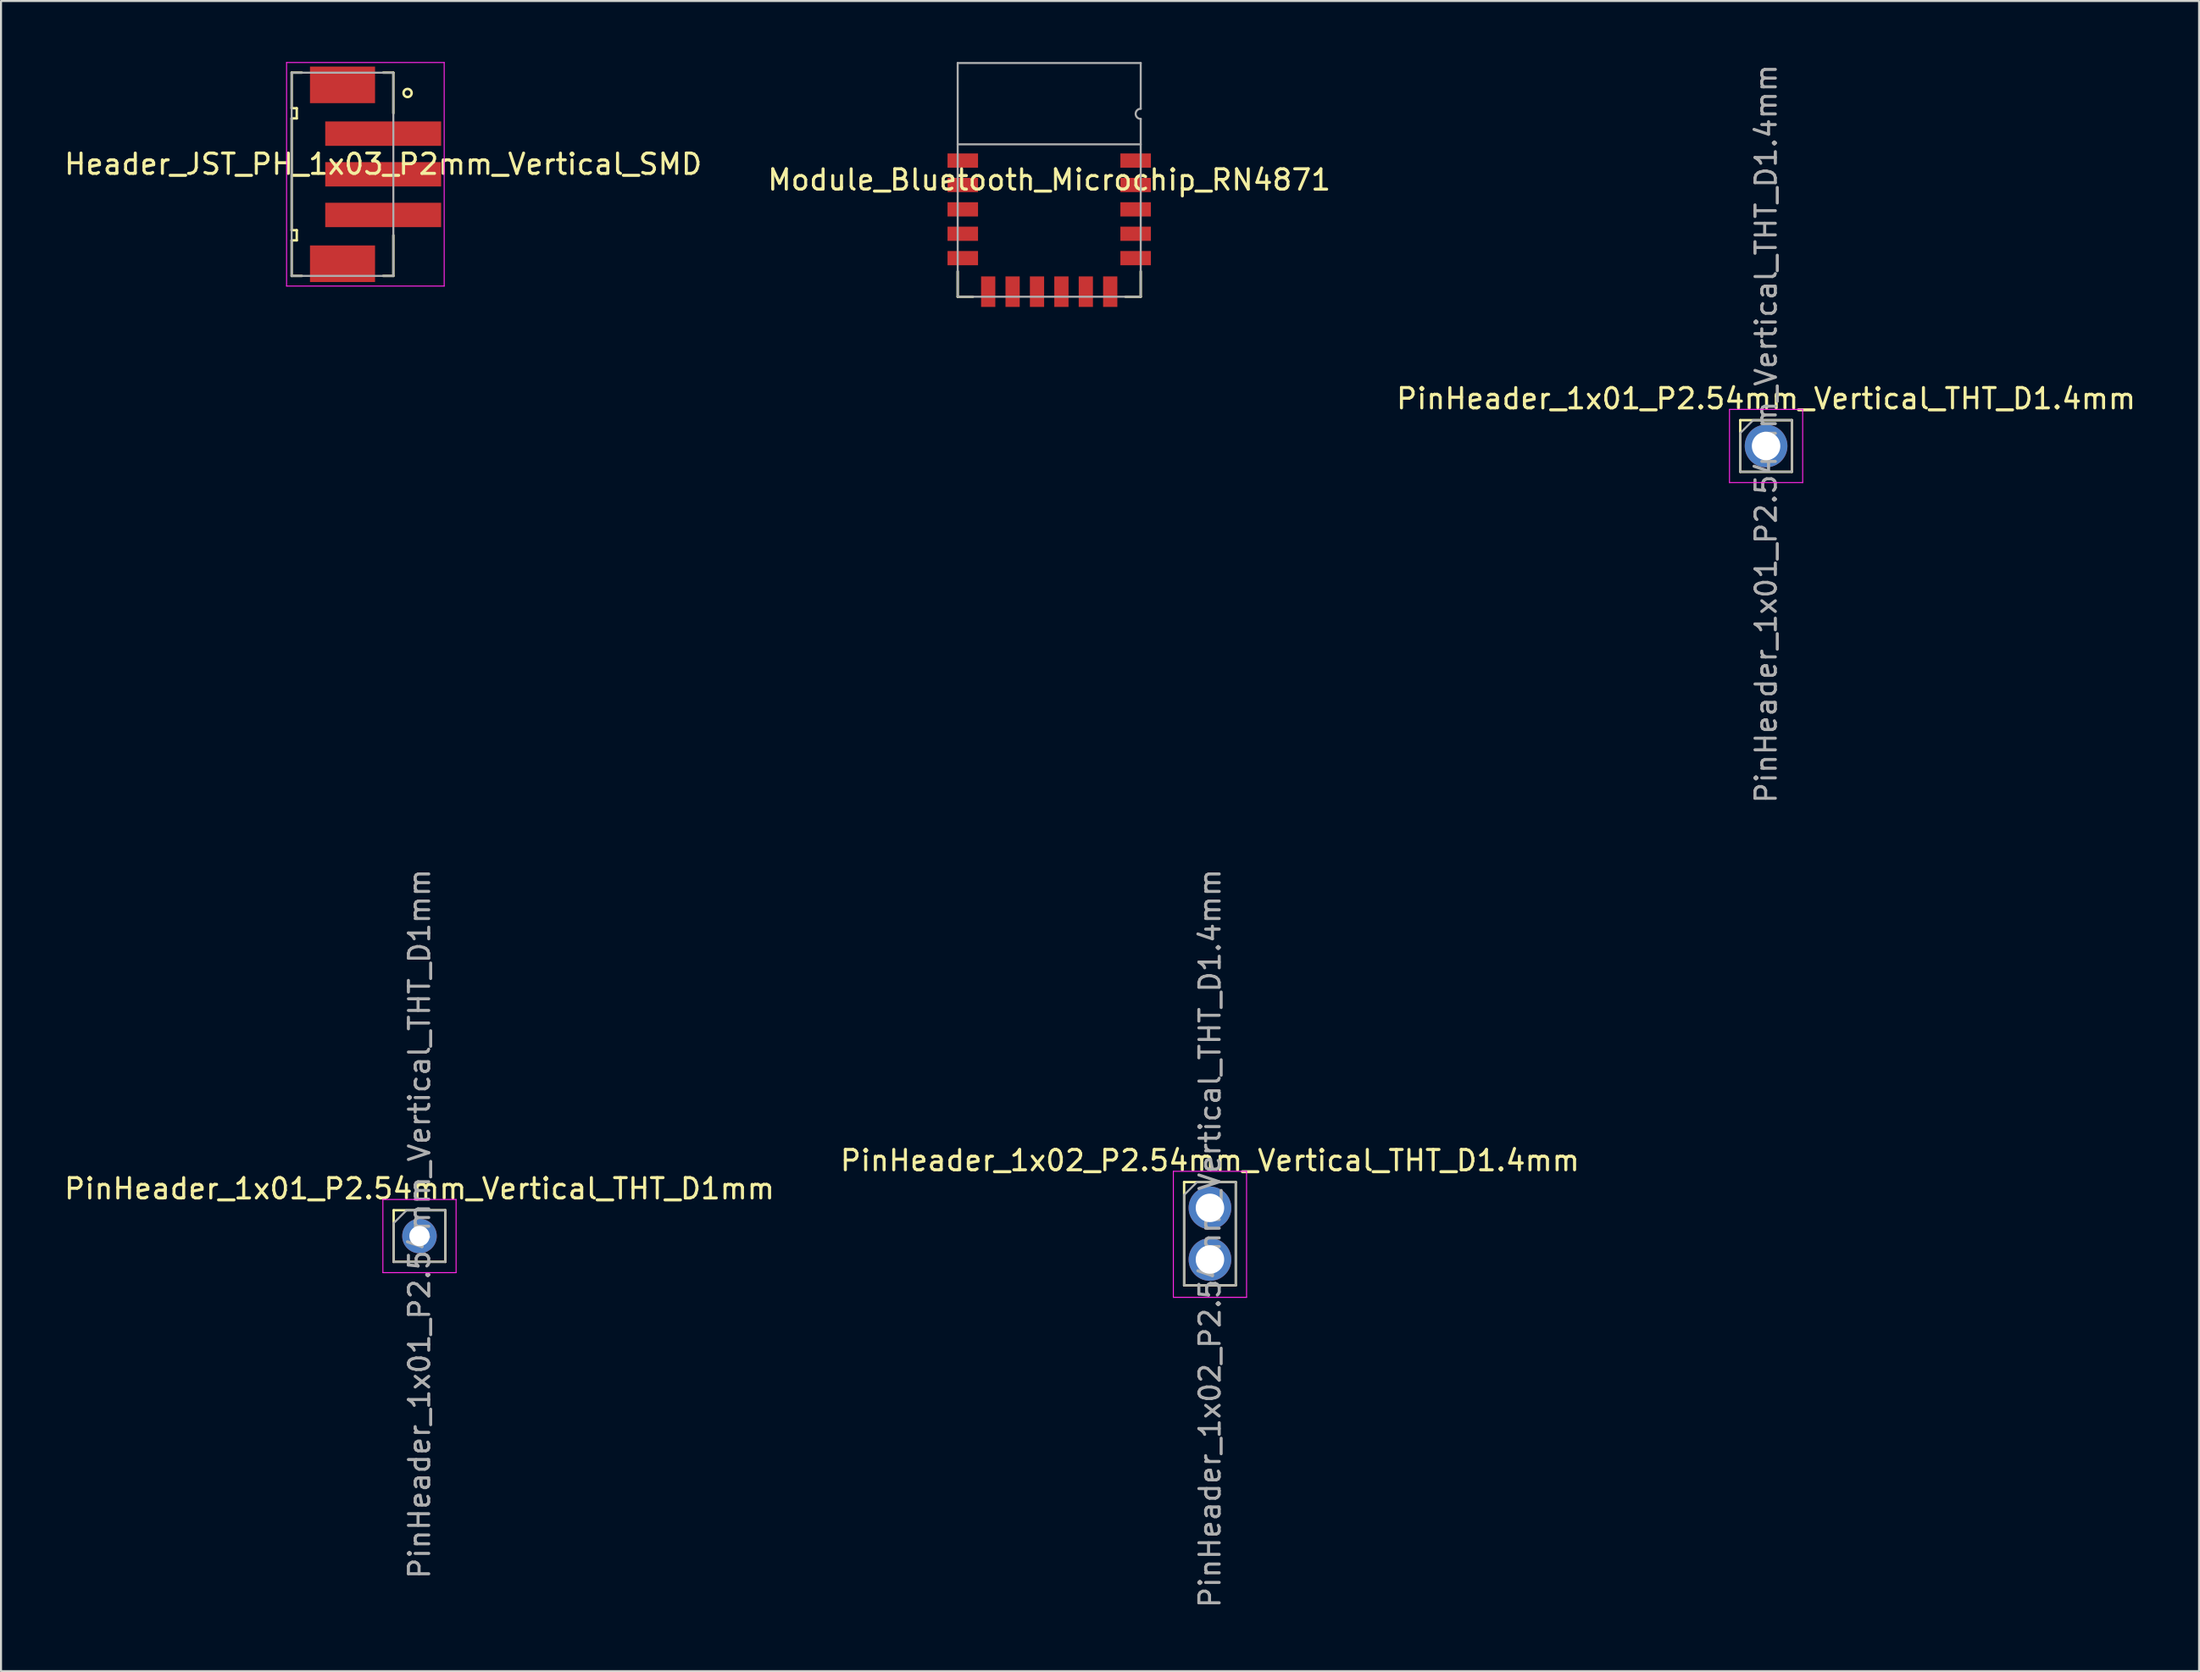
<source format=kicad_pcb>
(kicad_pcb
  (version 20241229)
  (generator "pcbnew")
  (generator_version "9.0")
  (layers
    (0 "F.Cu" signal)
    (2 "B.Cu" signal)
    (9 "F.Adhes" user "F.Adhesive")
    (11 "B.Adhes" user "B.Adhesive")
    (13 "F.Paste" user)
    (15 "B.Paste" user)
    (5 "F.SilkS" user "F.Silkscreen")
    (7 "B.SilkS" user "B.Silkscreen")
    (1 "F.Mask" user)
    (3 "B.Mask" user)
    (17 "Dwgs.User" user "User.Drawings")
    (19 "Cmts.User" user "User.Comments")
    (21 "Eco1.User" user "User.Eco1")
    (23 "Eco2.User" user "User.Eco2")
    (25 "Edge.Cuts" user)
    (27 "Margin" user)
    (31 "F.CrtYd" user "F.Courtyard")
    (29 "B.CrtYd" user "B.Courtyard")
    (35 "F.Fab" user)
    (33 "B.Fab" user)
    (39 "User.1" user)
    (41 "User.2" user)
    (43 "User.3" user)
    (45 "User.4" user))
  (footprint "PinHeader_1x01_P2.54mm_Vertical_THT_D1mm"
    (layer "F.Cu")
    (at 17.577 57.761)
    (property "Reference" "PinHeader_1x01_P2.54mm_Vertical_THT_D1mm" (at 0 -2.33 0) (layer "F.SilkS") (effects (font (size 1 1) (thickness 0.15))))
    (attr through_hole)
    (fp_line (start -1.27 -1.27) (end -1.27 1.27) (stroke (width 0.12) (type solid)) (layer "F.SilkS"))
    (fp_line (start -1.27 -1.27) (end 1.27 -1.27) (stroke (width 0.12) (type solid)) (layer "F.SilkS"))
    (fp_line (start -1.27 1.27) (end 1.27 1.27) (stroke (width 0.12) (type solid)) (layer "F.SilkS"))
    (fp_line (start 1.27 -1.27) (end 1.27 1.27) (stroke (width 0.12) (type solid)) (layer "F.SilkS"))
    (fp_line (start -1.8 -1.8) (end -1.8 1.8) (stroke (width 0.05) (type solid)) (layer "F.CrtYd"))
    (fp_line (start -1.8 1.8) (end 1.8 1.8) (stroke (width 0.05) (type solid)) (layer "F.CrtYd"))
    (fp_line (start 1.8 -1.8) (end -1.8 -1.8) (stroke (width 0.05) (type solid)) (layer "F.CrtYd"))
    (fp_line (start 1.8 1.8) (end 1.8 -1.8) (stroke (width 0.05) (type solid)) (layer "F.CrtYd"))
    (fp_line (start -1.27 -0.635) (end -0.635 -1.27) (stroke (width 0.1) (type solid)) (layer "F.Fab"))
    (fp_line (start -1.27 1.27) (end -1.27 -0.635) (stroke (width 0.1) (type solid)) (layer "F.Fab"))
    (fp_line (start -0.635 -1.27) (end 1.27 -1.27) (stroke (width 0.1) (type solid)) (layer "F.Fab"))
    (fp_line (start 1.27 -1.27) (end 1.27 1.27) (stroke (width 0.1) (type solid)) (layer "F.Fab"))
    (fp_line (start 1.27 1.27) (end -1.27 1.27) (stroke (width 0.1) (type solid)) (layer "F.Fab"))
    (fp_text user "${REFERENCE}" (at 0 -0.6 90) (layer "F.Fab") (effects (font (size 1 1) (thickness 0.15))))
    (pad "1" thru_hole oval (at 0 0) (size 1.7 1.7) (drill 1) (layers "*.Cu" "*.Mask")))
  (footprint "Header_JST_PH_1x03_P2mm_Vertical_SMD"
    (layer "F.Cu")
    (at 15.792 4.525)
    (property "Reference" "Header_JST_PH_1x03_P2mm_Vertical_SMD" (at 0 0.5 0) (layer "F.SilkS") (effects (font (size 1 1) (thickness 0.15))))
    (attr through_hole)
    (fp_line (start -4.5 -4) (end -4.5 -2.25) (stroke (width 0.12) (type solid)) (layer "F.SilkS"))
    (fp_line (start -4.5 -4) (end -4 -4) (stroke (width 0.12) (type solid)) (layer "F.SilkS"))
    (fp_line (start -4.5 -2.25) (end -4.25 -2.25) (stroke (width 0.12) (type solid)) (layer "F.SilkS"))
    (fp_line (start -4.5 -1.75) (end -4.5 3.75) (stroke (width 0.12) (type solid)) (layer "F.SilkS"))
    (fp_line (start -4.5 3.75) (end -4.25 3.75) (stroke (width 0.12) (type solid)) (layer "F.SilkS"))
    (fp_line (start -4.5 4.25) (end -4.5 6) (stroke (width 0.12) (type solid)) (layer "F.SilkS"))
    (fp_line (start -4.5 6) (end -4 6) (stroke (width 0.12) (type solid)) (layer "F.SilkS"))
    (fp_line (start -4.25 -2.25) (end -4.25 -1.75) (stroke (width 0.12) (type solid)) (layer "F.SilkS"))
    (fp_line (start -4.25 -1.75) (end -4.5 -1.75) (stroke (width 0.12) (type solid)) (layer "F.SilkS"))
    (fp_line (start -4.25 3.75) (end -4.25 4.25) (stroke (width 0.12) (type solid)) (layer "F.SilkS"))
    (fp_line (start -4.25 4.25) (end -4.5 4.25) (stroke (width 0.12) (type solid)) (layer "F.SilkS"))
    (fp_line (start 0.5 -4) (end 0 -4) (stroke (width 0.12) (type solid)) (layer "F.SilkS"))
    (fp_line (start 0.5 -2) (end 0.5 -4) (stroke (width 0.12) (type solid)) (layer "F.SilkS"))
    (fp_line (start 0.5 6) (end 0 6) (stroke (width 0.12) (type solid)) (layer "F.SilkS"))
    (fp_line (start 0.5 6) (end 0.5 4) (stroke (width 0.12) (type solid)) (layer "F.SilkS"))
    (fp_circle (center 1.2 -3) (end 1.4 -3) (stroke (width 0.12) (type solid)) (fill no) (layer "F.SilkS"))
    (fp_line (start -4.75 -4.5) (end 3 -4.5) (stroke (width 0.05) (type solid)) (layer "F.CrtYd"))
    (fp_line (start -4.75 6.5) (end -4.75 -4.5) (stroke (width 0.05) (type solid)) (layer "F.CrtYd"))
    (fp_line (start 3 -4.5) (end 3 6.5) (stroke (width 0.05) (type solid)) (layer "F.CrtYd"))
    (fp_line (start 3 6.5) (end -4.75 6.5) (stroke (width 0.05) (type solid)) (layer "F.CrtYd"))
    (fp_line (start -4.5 -4) (end 0.5 -4) (stroke (width 0.1) (type solid)) (layer "F.Fab"))
    (fp_line (start -4.5 6) (end -4.5 -4) (stroke (width 0.1) (type solid)) (layer "F.Fab"))
    (fp_line (start 0.5 -4) (end 0.5 6) (stroke (width 0.1) (type solid)) (layer "F.Fab"))
    (fp_line (start 0.5 6) (end -4.5 6) (stroke (width 0.1) (type solid)) (layer "F.Fab"))
    (pad "" smd rect (at -2 -3.4) (size 3.2 1.8) (layers "F.Cu" "F.Mask" "F.Paste"))
    (pad "" smd rect (at -2 5.4) (size 3.2 1.8) (layers "F.Cu" "F.Mask" "F.Paste"))
    (pad "1" smd rect (at 0 -1) (size 5.7 1.2) (layers "F.Cu" "F.Mask" "F.Paste"))
    (pad "2" smd rect (at 0 1) (size 5.7 1.2) (layers "F.Cu" "F.Mask" "F.Paste"))
    (pad "3" smd rect (at 0 3) (size 5.7 1.2) (layers "F.Cu" "F.Mask" "F.Paste")))
  (footprint "PinHeader_1x01_P2.54mm_Vertical_THT_D1.4mm"
    (layer "F.Cu")
    (at 83.792 18.892)
    (property "Reference" "PinHeader_1x01_P2.54mm_Vertical_THT_D1.4mm" (at 0 -2.33 0) (layer "F.SilkS") (effects (font (size 1 1) (thickness 0.15))))
    (attr through_hole)
    (fp_line (start -1.27 -1.27) (end -1.27 1.27) (stroke (width 0.12) (type solid)) (layer "F.SilkS"))
    (fp_line (start -1.27 -1.27) (end 1.27 -1.27) (stroke (width 0.12) (type solid)) (layer "F.SilkS"))
    (fp_line (start -1.27 1.27) (end 1.27 1.27) (stroke (width 0.12) (type solid)) (layer "F.SilkS"))
    (fp_line (start 1.27 -1.27) (end 1.27 1.27) (stroke (width 0.12) (type solid)) (layer "F.SilkS"))
    (fp_line (start -1.8 -1.8) (end -1.8 1.8) (stroke (width 0.05) (type solid)) (layer "F.CrtYd"))
    (fp_line (start -1.8 1.8) (end 1.8 1.8) (stroke (width 0.05) (type solid)) (layer "F.CrtYd"))
    (fp_line (start 1.8 -1.8) (end -1.8 -1.8) (stroke (width 0.05) (type solid)) (layer "F.CrtYd"))
    (fp_line (start 1.8 1.8) (end 1.8 -1.8) (stroke (width 0.05) (type solid)) (layer "F.CrtYd"))
    (fp_line (start -1.27 -0.635) (end -0.635 -1.27) (stroke (width 0.1) (type solid)) (layer "F.Fab"))
    (fp_line (start -1.27 1.27) (end -1.27 -0.635) (stroke (width 0.1) (type solid)) (layer "F.Fab"))
    (fp_line (start -0.635 -1.27) (end 1.27 -1.27) (stroke (width 0.1) (type solid)) (layer "F.Fab"))
    (fp_line (start 1.27 -1.27) (end 1.27 1.27) (stroke (width 0.1) (type solid)) (layer "F.Fab"))
    (fp_line (start 1.27 1.27) (end -1.27 1.27) (stroke (width 0.1) (type solid)) (layer "F.Fab"))
    (fp_text user "${REFERENCE}" (at 0 -0.6 90) (layer "F.Fab") (effects (font (size 1 1) (thickness 0.15))))
    (pad "1" thru_hole circle (at 0 0) (size 2.1 2.1) (drill 1.4) (layers "*.Cu" "*.Mask")))
  (footprint "Module_Bluetooth_Microchip_RN4871"
    (layer "F.Cu")
    (at 48.542 5.8)
    (property "Reference" "Module_Bluetooth_Microchip_RN4871" (at 0 0 0) (unlocked yes) (layer "F.SilkS") (effects (font (size 1 1) (thickness 0.15))))
    (attr smd)
    (fp_line (start -4.5 4.5) (end -4.5 5.75) (stroke (width 0.12) (type solid)) (layer "F.SilkS"))
    (fp_line (start -4.5 5.75) (end -3.75 5.75) (stroke (width 0.12) (type solid)) (layer "F.SilkS"))
    (fp_line (start 3.75 5.75) (end 4.5 5.75) (stroke (width 0.12) (type solid)) (layer "F.SilkS"))
    (fp_line (start 4.5 5.75) (end 4.5 4.5) (stroke (width 0.12) (type solid)) (layer "F.SilkS"))
    (fp_line (start -4.5 -5.75) (end 4.5 -5.75) (stroke (width 0.1) (type solid)) (layer "F.Fab"))
    (fp_line (start -4.5 -1.75) (end 4.5 -1.75) (stroke (width 0.1) (type solid)) (layer "F.Fab"))
    (fp_line (start -4.5 5.75) (end -4.5 -5.75) (stroke (width 0.1) (type solid)) (layer "F.Fab"))
    (fp_line (start 4.5 -3.5) (end 4.5 -5.75) (stroke (width 0.1) (type solid)) (layer "F.Fab"))
    (fp_line (start 4.5 -3) (end 4.5 5.75) (stroke (width 0.1) (type solid)) (layer "F.Fab"))
    (fp_line (start 4.5 5.75) (end -4.5 5.75) (stroke (width 0.1) (type solid)) (layer "F.Fab"))
    (fp_arc (start 4.5 -3) (mid 4.25 -3.25) (end 4.5 -3.5) (stroke (width 0.1) (type solid)) (layer "F.Fab"))
    (pad "1" smd rect (at -4.25 -0.95) (size 1.5 0.7) (layers "F.Cu" "F.Mask" "F.Paste"))
    (pad "2" smd rect (at -4.25 0.25) (size 1.5 0.7) (layers "F.Cu" "F.Mask" "F.Paste"))
    (pad "3" smd rect (at -4.25 1.45) (size 1.5 0.7) (layers "F.Cu" "F.Mask" "F.Paste"))
    (pad "4" smd rect (at -4.25 2.65) (size 1.5 0.7) (layers "F.Cu" "F.Mask" "F.Paste"))
    (pad "5" smd rect (at -4.25 3.85) (size 1.5 0.7) (layers "F.Cu" "F.Mask" "F.Paste"))
    (pad "6" smd rect (at -3 5.5 90) (size 1.5 0.7) (layers "F.Cu" "F.Mask" "F.Paste"))
    (pad "7" smd rect (at -1.8 5.5 90) (size 1.5 0.7) (layers "F.Cu" "F.Mask" "F.Paste"))
    (pad "8" smd rect (at -0.6 5.5 90) (size 1.5 0.7) (layers "F.Cu" "F.Mask" "F.Paste"))
    (pad "9" smd rect (at 0.6 5.5 90) (size 1.5 0.7) (layers "F.Cu" "F.Mask" "F.Paste"))
    (pad "10" smd rect (at 1.8 5.5 90) (size 1.5 0.7) (layers "F.Cu" "F.Mask" "F.Paste"))
    (pad "11" smd rect (at 3 5.5 90) (size 1.5 0.7) (layers "F.Cu" "F.Mask" "F.Paste"))
    (pad "12" smd rect (at 4.25 3.85) (size 1.5 0.7) (layers "F.Cu" "F.Mask" "F.Paste"))
    (pad "13" smd rect (at 4.25 2.65) (size 1.5 0.7) (layers "F.Cu" "F.Mask" "F.Paste"))
    (pad "14" smd rect (at 4.25 1.45) (size 1.5 0.7) (layers "F.Cu" "F.Mask" "F.Paste"))
    (pad "15" smd rect (at 4.25 0.25) (size 1.5 0.7) (layers "F.Cu" "F.Mask" "F.Paste"))
    (pad "16" smd rect (at 4.25 -0.95) (size 1.5 0.7) (layers "F.Cu" "F.Mask" "F.Paste"))
    (zone (net_name "") (layer "F.Cu") (hatch edge 0.508) (connect_pads) (min_thickness 0.254) (filled_areas_thickness no) (keepout (tracks not_allowed) (vias not_allowed) (pads not_allowed) (copperpour allowed) (footprints allowed)) (placement (enabled no)) (fill) (polygon (pts (xy 47.042 7.05) (xy 45.042 7.05) (xy 45.042 4) (xy 47.042 4))))
    (zone (net_name "") (layer "F.Cu") (hatch edge 0.508) (connect_pads) (min_thickness 0.254) (filled_areas_thickness no) (keepout (tracks not_allowed) (vias not_allowed) (pads not_allowed) (copperpour allowed) (footprints allowed)) (placement (enabled no)) (fill) (polygon (pts (xy 52.042 10.05) (xy 48.292 10.05) (xy 48.292 4.55) (xy 52.042 4.55)))))
  (footprint "PinHeader_1x02_P2.54mm_Vertical_THT_D1.4mm"
    (layer "F.Cu")
    (at 56.446 56.375)
    (property "Reference" "PinHeader_1x02_P2.54mm_Vertical_THT_D1.4mm" (at 0 -2.33 0) (layer "F.SilkS") (effects (font (size 1 1) (thickness 0.15))))
    (attr through_hole)
    (fp_line (start -1.27 -1.27) (end -1.27 3.81) (stroke (width 0.12) (type solid)) (layer "F.SilkS"))
    (fp_line (start -1.27 -1.27) (end 1.27 -1.27) (stroke (width 0.12) (type solid)) (layer "F.SilkS"))
    (fp_line (start -1.27 3.81) (end 1.27 3.81) (stroke (width 0.12) (type solid)) (layer "F.SilkS"))
    (fp_line (start 1.27 -1.27) (end 1.27 3.81) (stroke (width 0.12) (type solid)) (layer "F.SilkS"))
    (fp_line (start -1.8 -1.8) (end -1.8 4.4) (stroke (width 0.05) (type solid)) (layer "F.CrtYd"))
    (fp_line (start -1.8 4.4) (end 1.8 4.4) (stroke (width 0.05) (type solid)) (layer "F.CrtYd"))
    (fp_line (start 1.8 -1.8) (end -1.8 -1.8) (stroke (width 0.05) (type solid)) (layer "F.CrtYd"))
    (fp_line (start 1.8 4.4) (end 1.8 -1.8) (stroke (width 0.05) (type solid)) (layer "F.CrtYd"))
    (fp_line (start -1.27 -0.635) (end -0.635 -1.27) (stroke (width 0.1) (type solid)) (layer "F.Fab"))
    (fp_line (start -1.27 3.81) (end -1.27 -0.635) (stroke (width 0.1) (type solid)) (layer "F.Fab"))
    (fp_line (start -0.635 -1.27) (end 1.27 -1.27) (stroke (width 0.1) (type solid)) (layer "F.Fab"))
    (fp_line (start 1.27 -1.27) (end 1.27 3.81) (stroke (width 0.1) (type solid)) (layer "F.Fab"))
    (fp_line (start 1.27 3.81) (end -1.27 3.81) (stroke (width 0.1) (type solid)) (layer "F.Fab"))
    (fp_text user "${REFERENCE}" (at 0 1.5 90) (layer "F.Fab") (effects (font (size 1 1) (thickness 0.15))))
    (pad "1" thru_hole circle (at 0 0) (size 2.1 2.1) (drill 1.4) (layers "*.Cu" "*.Mask"))
    (pad "2" thru_hole circle (at 0 2.54) (size 2.1 2.1) (drill 1.4) (layers "*.Cu" "*.Mask")))
  (gr_rect
    (start -3 -3)
    (end 105.083 79.167)
    (stroke (width 0.1) (type default))
    (fill no)
    (layer "Edge.Cuts")))
</source>
